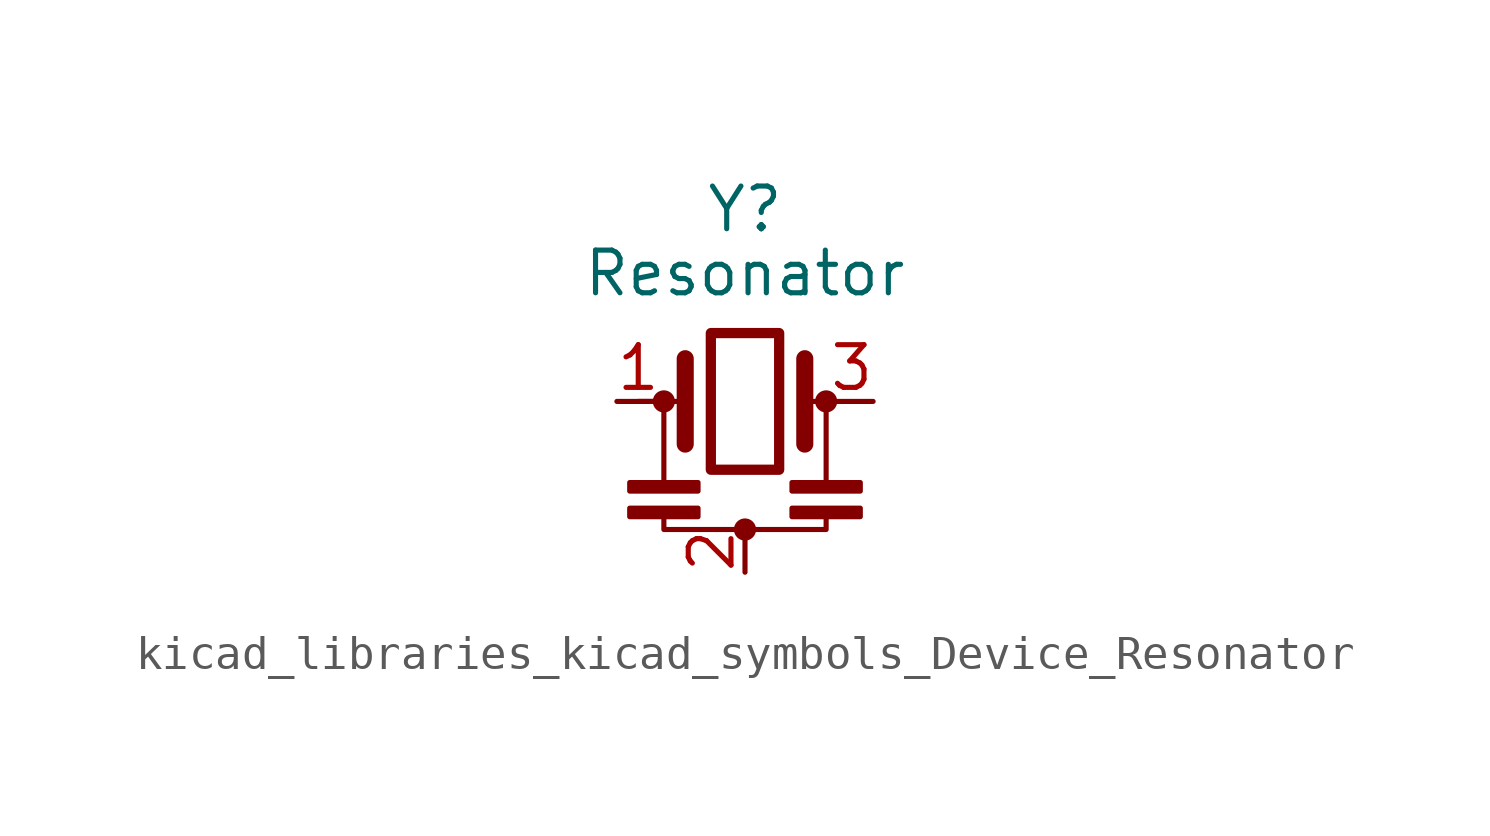
<source format=kicad_sym>
(kicad_symbol_lib
  (version 20220914)
  (generator kicad_symbol_editor)
  (symbol "kicad_libraries_kicad_symbols_Device_Resonator"
    (pin_names
      (offset 1.016) hide)
    (property "Reference" "Y"
      (at 0 5.715 0)
      (effects (font (size 1.27 1.27))))
    (property "Value" "Resonator"
      (at 0 3.81 0)
      (effects (font (size 1.27 1.27))))
    (symbol "kicad_libraries_kicad_symbols_Device_Resonator_0_1"
      (rectangle (start -3.429 -3.175) (end -1.397 -3.429) (stroke (width 0) (type default)) (fill (type outline)))
      (rectangle (start -3.429 -2.413) (end -1.397 -2.667) (stroke (width 0) (type default)) (fill (type outline)))
      (circle (center -2.413 0) (radius 0.254) (stroke (width 0) (type default)) (fill (type outline)))
      (rectangle (start -1.016 2.032) (end 1.016 -2.032) (stroke (width 0.305) (type default)) (fill (type none)))
      (circle (center 0 -3.81) (radius 0.254) (stroke (width 0) (type default)) (fill (type outline)))
      (polyline (pts (xy -2.413 -2.413) (xy -2.413 0)) (stroke (width 0) (type default)) (fill (type none)))
      (polyline (pts (xy -1.905 0) (xy -3.175 0)) (stroke (width 0) (type default)) (fill (type none)))
      (polyline (pts (xy -1.778 -1.27) (xy -1.778 1.27)) (stroke (width 0.508) (type default)) (fill (type none)))
      (polyline (pts (xy 1.778 -1.27) (xy 1.778 1.27)) (stroke (width 0.508) (type default)) (fill (type none)))
      (polyline (pts (xy 1.905 0) (xy 2.54 0)) (stroke (width 0) (type default)) (fill (type none)))
      (polyline (pts (xy 2.413 0) (xy 2.413 -2.54)) (stroke (width 0) (type default)) (fill (type none)))
      (polyline (pts (xy 2.413 -3.302) (xy 2.413 -3.81) (xy -2.413 -3.81) (xy -2.413 -3.302)) (stroke (width 0) (type default)) (fill (type none)))
      (rectangle (start 1.397 -3.175) (end 3.429 -3.429) (stroke (width 0) (type default)) (fill (type outline)))
      (rectangle (start 1.397 -2.413) (end 3.429 -2.667) (stroke (width 0) (type default)) (fill (type outline)))
      (circle (center 2.413 0) (radius 0.254) (stroke (width 0) (type default)) (fill (type outline))))
    (symbol "kicad_libraries_kicad_symbols_Device_Resonator_1_1"
      (pin passive line (at -3.81 0 0) (length 1.27) (name "1" (effects (font (size 1.27 1.27)))) (number "1" (effects (font (size 1.27 1.27)))))
      (pin passive line (at 0 -5.08 90) (length 1.27) (name "2" (effects (font (size 1.27 1.27)))) (number "2" (effects (font (size 1.27 1.27)))))
      (pin passive line (at 3.81 0 180) (length 1.27) (name "3" (effects (font (size 1.27 1.27)))) (number "3" (effects (font (size 1.27 1.27))))))))
</source>
